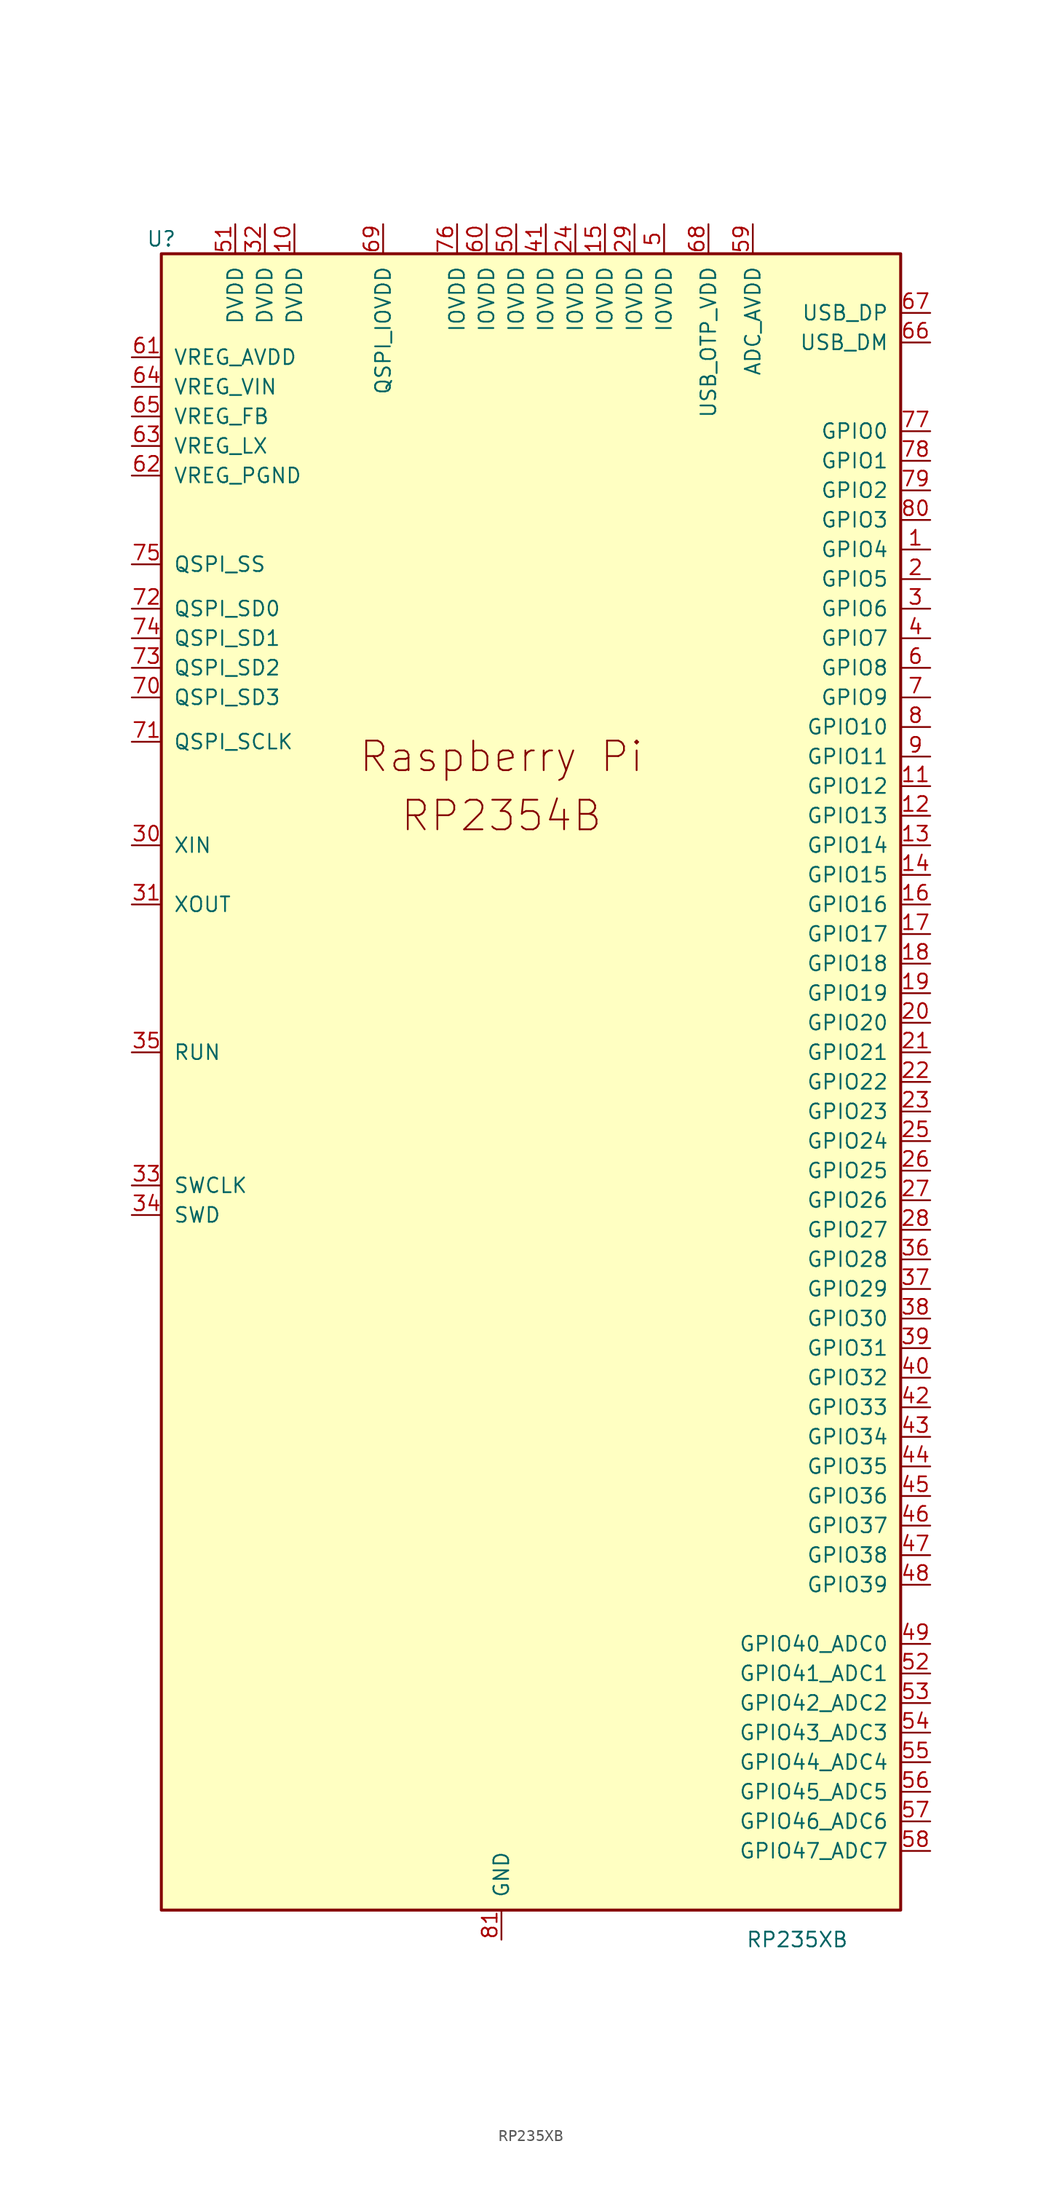
<source format=kicad_sym>
(kicad_symbol_lib
  (version 20241209)
  (generator "kicad_symbol_editor")
  (generator_version "9.0")
  (symbol "RP235XB"
    (pin_names
      (offset 1.016))
    (property "Reference" "U"
      (at -29.21 49.53 0)
      (effects (font (size 1.27 1.27))))
    (property "Value" "RP235XB"
      (at 25.4 -96.52 0)
      (effects (font (size 1.27 1.27))))
    (symbol "RP235XB_0_0"
      (text "Raspberry Pi" (at 0 5.08 0) (effects (font (size 2.54 2.54)))))
    (symbol "RP235XB_0_1"
      (rectangle (start -29.21 48.26) (end 34.29 -93.98) (stroke (width 0.254) (type default)) (fill (type background))))
    (symbol "RP235XB_1_1"
      (text "RP2354B" (at 0 0 0) (effects (font (size 2.54 2.54))))
      (pin power_in line (at -31.75 39.37 0) (length 2.54) (name "VREG_AVDD" (effects (font (size 1.27 1.27)))) (number "61" (effects (font (size 1.27 1.27)))))
      (pin power_in line (at -31.75 36.83 0) (length 2.54) (name "VREG_VIN" (effects (font (size 1.27 1.27)))) (number "64" (effects (font (size 1.27 1.27)))))
      (pin input line (at -31.75 34.29 0) (length 2.54) (name "VREG_FB" (effects (font (size 1.27 1.27)))) (number "65" (effects (font (size 1.27 1.27)))))
      (pin power_out line (at -31.75 31.75 0) (length 2.54) (name "VREG_LX" (effects (font (size 1.27 1.27)))) (number "63" (effects (font (size 1.27 1.27)))))
      (pin power_in line (at -31.75 29.21 0) (length 2.54) (name "VREG_PGND" (effects (font (size 1.27 1.27)))) (number "62" (effects (font (size 1.27 1.27)))))
      (pin bidirectional line (at -31.75 21.59 0) (length 2.54) (name "QSPI_SS" (effects (font (size 1.27 1.27)))) (number "75" (effects (font (size 1.27 1.27)))))
      (pin bidirectional line (at -31.75 17.78 0) (length 2.54) (name "QSPI_SD0" (effects (font (size 1.27 1.27)))) (number "72" (effects (font (size 1.27 1.27)))))
      (pin bidirectional line (at -31.75 15.24 0) (length 2.54) (name "QSPI_SD1" (effects (font (size 1.27 1.27)))) (number "74" (effects (font (size 1.27 1.27)))))
      (pin bidirectional line (at -31.75 12.7 0) (length 2.54) (name "QSPI_SD2" (effects (font (size 1.27 1.27)))) (number "73" (effects (font (size 1.27 1.27)))))
      (pin bidirectional line (at -31.75 10.16 0) (length 2.54) (name "QSPI_SD3" (effects (font (size 1.27 1.27)))) (number "70" (effects (font (size 1.27 1.27)))))
      (pin output line (at -31.75 6.35 0) (length 2.54) (name "QSPI_SCLK" (effects (font (size 1.27 1.27)))) (number "71" (effects (font (size 1.27 1.27)))))
      (pin input line (at -31.75 -2.54 0) (length 2.54) (name "XIN" (effects (font (size 1.27 1.27)))) (number "30" (effects (font (size 1.27 1.27)))))
      (pin passive line (at -31.75 -7.62 0) (length 2.54) (name "XOUT" (effects (font (size 1.27 1.27)))) (number "31" (effects (font (size 1.27 1.27)))))
      (pin input line (at -31.75 -20.32 0) (length 2.54) (name "RUN" (effects (font (size 1.27 1.27)))) (number "35" (effects (font (size 1.27 1.27)))))
      (pin output line (at -31.75 -31.75 0) (length 2.54) (name "SWCLK" (effects (font (size 1.27 1.27)))) (number "33" (effects (font (size 1.27 1.27)))))
      (pin bidirectional line (at -31.75 -34.29 0) (length 2.54) (name "SWD" (effects (font (size 1.27 1.27)))) (number "34" (effects (font (size 1.27 1.27)))))
      (pin power_in line (at -22.86 50.8 270) (length 2.54) (name "DVDD" (effects (font (size 1.27 1.27)))) (number "51" (effects (font (size 1.27 1.27)))))
      (pin power_in line (at -20.32 50.8 270) (length 2.54) (name "DVDD" (effects (font (size 1.27 1.27)))) (number "32" (effects (font (size 1.27 1.27)))))
      (pin power_in line (at -17.78 50.8 270) (length 2.54) (name "DVDD" (effects (font (size 1.27 1.27)))) (number "10" (effects (font (size 1.27 1.27)))))
      (pin power_in line (at -10.16 50.8 270) (length 2.54) (name "QSPI_IOVDD" (effects (font (size 1.27 1.27)))) (number "69" (effects (font (size 1.27 1.27)))))
      (pin power_in line (at -3.81 50.8 270) (length 2.54) (name "IOVDD" (effects (font (size 1.27 1.27)))) (number "76" (effects (font (size 1.27 1.27)))))
      (pin power_in line (at -1.27 50.8 270) (length 2.54) (name "IOVDD" (effects (font (size 1.27 1.27)))) (number "60" (effects (font (size 1.27 1.27)))))
      (pin power_in line (at 0 -96.52 90) (length 2.54) (name "GND" (effects (font (size 1.27 1.27)))) (number "81" (effects (font (size 1.27 1.27)))))
      (pin power_in line (at 1.27 50.8 270) (length 2.54) (name "IOVDD" (effects (font (size 1.27 1.27)))) (number "50" (effects (font (size 1.27 1.27)))))
      (pin power_in line (at 3.81 50.8 270) (length 2.54) (name "IOVDD" (effects (font (size 1.27 1.27)))) (number "41" (effects (font (size 1.27 1.27)))))
      (pin power_in line (at 6.35 50.8 270) (length 2.54) (name "IOVDD" (effects (font (size 1.27 1.27)))) (number "24" (effects (font (size 1.27 1.27)))))
      (pin power_in line (at 8.89 50.8 270) (length 2.54) (name "IOVDD" (effects (font (size 1.27 1.27)))) (number "15" (effects (font (size 1.27 1.27)))))
      (pin power_in line (at 11.43 50.8 270) (length 2.54) (name "IOVDD" (effects (font (size 1.27 1.27)))) (number "29" (effects (font (size 1.27 1.27)))))
      (pin power_in line (at 13.97 50.8 270) (length 2.54) (name "IOVDD" (effects (font (size 1.27 1.27)))) (number "5" (effects (font (size 1.27 1.27)))))
      (pin power_in line (at 17.78 50.8 270) (length 2.54) (name "USB_OTP_VDD" (effects (font (size 1.27 1.27)))) (number "68" (effects (font (size 1.27 1.27)))))
      (pin power_in line (at 21.59 50.8 270) (length 2.54) (name "ADC_AVDD" (effects (font (size 1.27 1.27)))) (number "59" (effects (font (size 1.27 1.27)))))
      (pin bidirectional line (at 36.83 43.18 180) (length 2.54) (name "USB_DP" (effects (font (size 1.27 1.27)))) (number "67" (effects (font (size 1.27 1.27)))))
      (pin bidirectional line (at 36.83 40.64 180) (length 2.54) (name "USB_DM" (effects (font (size 1.27 1.27)))) (number "66" (effects (font (size 1.27 1.27)))))
      (pin bidirectional line (at 36.83 33.02 180) (length 2.54) (name "GPIO0" (effects (font (size 1.27 1.27)))) (number "77" (effects (font (size 1.27 1.27)))))
      (pin bidirectional line (at 36.83 30.48 180) (length 2.54) (name "GPIO1" (effects (font (size 1.27 1.27)))) (number "78" (effects (font (size 1.27 1.27)))))
      (pin bidirectional line (at 36.83 27.94 180) (length 2.54) (name "GPIO2" (effects (font (size 1.27 1.27)))) (number "79" (effects (font (size 1.27 1.27)))))
      (pin bidirectional line (at 36.83 25.4 180) (length 2.54) (name "GPIO3" (effects (font (size 1.27 1.27)))) (number "80" (effects (font (size 1.27 1.27)))))
      (pin bidirectional line (at 36.83 22.86 180) (length 2.54) (name "GPIO4" (effects (font (size 1.27 1.27)))) (number "1" (effects (font (size 1.27 1.27)))))
      (pin bidirectional line (at 36.83 20.32 180) (length 2.54) (name "GPIO5" (effects (font (size 1.27 1.27)))) (number "2" (effects (font (size 1.27 1.27)))))
      (pin bidirectional line (at 36.83 17.78 180) (length 2.54) (name "GPIO6" (effects (font (size 1.27 1.27)))) (number "3" (effects (font (size 1.27 1.27)))))
      (pin bidirectional line (at 36.83 15.24 180) (length 2.54) (name "GPIO7" (effects (font (size 1.27 1.27)))) (number "4" (effects (font (size 1.27 1.27)))))
      (pin bidirectional line (at 36.83 12.7 180) (length 2.54) (name "GPIO8" (effects (font (size 1.27 1.27)))) (number "6" (effects (font (size 1.27 1.27)))))
      (pin bidirectional line (at 36.83 10.16 180) (length 2.54) (name "GPIO9" (effects (font (size 1.27 1.27)))) (number "7" (effects (font (size 1.27 1.27)))))
      (pin bidirectional line (at 36.83 7.62 180) (length 2.54) (name "GPIO10" (effects (font (size 1.27 1.27)))) (number "8" (effects (font (size 1.27 1.27)))))
      (pin bidirectional line (at 36.83 5.08 180) (length 2.54) (name "GPIO11" (effects (font (size 1.27 1.27)))) (number "9" (effects (font (size 1.27 1.27)))))
      (pin bidirectional line (at 36.83 2.54 180) (length 2.54) (name "GPIO12" (effects (font (size 1.27 1.27)))) (number "11" (effects (font (size 1.27 1.27)))))
      (pin bidirectional line (at 36.83 0 180) (length 2.54) (name "GPIO13" (effects (font (size 1.27 1.27)))) (number "12" (effects (font (size 1.27 1.27)))))
      (pin bidirectional line (at 36.83 -2.54 180) (length 2.54) (name "GPIO14" (effects (font (size 1.27 1.27)))) (number "13" (effects (font (size 1.27 1.27)))))
      (pin bidirectional line (at 36.83 -5.08 180) (length 2.54) (name "GPIO15" (effects (font (size 1.27 1.27)))) (number "14" (effects (font (size 1.27 1.27)))))
      (pin bidirectional line (at 36.83 -7.62 180) (length 2.54) (name "GPIO16" (effects (font (size 1.27 1.27)))) (number "16" (effects (font (size 1.27 1.27)))))
      (pin bidirectional line (at 36.83 -10.16 180) (length 2.54) (name "GPIO17" (effects (font (size 1.27 1.27)))) (number "17" (effects (font (size 1.27 1.27)))))
      (pin bidirectional line (at 36.83 -12.7 180) (length 2.54) (name "GPIO18" (effects (font (size 1.27 1.27)))) (number "18" (effects (font (size 1.27 1.27)))))
      (pin bidirectional line (at 36.83 -15.24 180) (length 2.54) (name "GPIO19" (effects (font (size 1.27 1.27)))) (number "19" (effects (font (size 1.27 1.27)))))
      (pin bidirectional line (at 36.83 -17.78 180) (length 2.54) (name "GPIO20" (effects (font (size 1.27 1.27)))) (number "20" (effects (font (size 1.27 1.27)))))
      (pin bidirectional line (at 36.83 -20.32 180) (length 2.54) (name "GPIO21" (effects (font (size 1.27 1.27)))) (number "21" (effects (font (size 1.27 1.27)))))
      (pin bidirectional line (at 36.83 -22.86 180) (length 2.54) (name "GPIO22" (effects (font (size 1.27 1.27)))) (number "22" (effects (font (size 1.27 1.27)))))
      (pin bidirectional line (at 36.83 -25.4 180) (length 2.54) (name "GPIO23" (effects (font (size 1.27 1.27)))) (number "23" (effects (font (size 1.27 1.27)))))
      (pin bidirectional line (at 36.83 -27.94 180) (length 2.54) (name "GPIO24" (effects (font (size 1.27 1.27)))) (number "25" (effects (font (size 1.27 1.27)))))
      (pin bidirectional line (at 36.83 -30.48 180) (length 2.54) (name "GPIO25" (effects (font (size 1.27 1.27)))) (number "26" (effects (font (size 1.27 1.27)))))
      (pin bidirectional line (at 36.83 -33.02 180) (length 2.54) (name "GPIO26" (effects (font (size 1.27 1.27)))) (number "27" (effects (font (size 1.27 1.27)))))
      (pin bidirectional line (at 36.83 -35.56 180) (length 2.54) (name "GPIO27" (effects (font (size 1.27 1.27)))) (number "28" (effects (font (size 1.27 1.27)))))
      (pin bidirectional line (at 36.83 -38.1 180) (length 2.54) (name "GPIO28" (effects (font (size 1.27 1.27)))) (number "36" (effects (font (size 1.27 1.27)))))
      (pin bidirectional line (at 36.83 -40.64 180) (length 2.54) (name "GPIO29" (effects (font (size 1.27 1.27)))) (number "37" (effects (font (size 1.27 1.27)))))
      (pin bidirectional line (at 36.83 -43.18 180) (length 2.54) (name "GPIO30" (effects (font (size 1.27 1.27)))) (number "38" (effects (font (size 1.27 1.27)))))
      (pin bidirectional line (at 36.83 -45.72 180) (length 2.54) (name "GPIO31" (effects (font (size 1.27 1.27)))) (number "39" (effects (font (size 1.27 1.27)))))
      (pin bidirectional line (at 36.83 -48.26 180) (length 2.54) (name "GPIO32" (effects (font (size 1.27 1.27)))) (number "40" (effects (font (size 1.27 1.27)))))
      (pin bidirectional line (at 36.83 -50.8 180) (length 2.54) (name "GPIO33" (effects (font (size 1.27 1.27)))) (number "42" (effects (font (size 1.27 1.27)))))
      (pin bidirectional line (at 36.83 -53.34 180) (length 2.54) (name "GPIO34" (effects (font (size 1.27 1.27)))) (number "43" (effects (font (size 1.27 1.27)))))
      (pin bidirectional line (at 36.83 -55.88 180) (length 2.54) (name "GPIO35" (effects (font (size 1.27 1.27)))) (number "44" (effects (font (size 1.27 1.27)))))
      (pin bidirectional line (at 36.83 -58.42 180) (length 2.54) (name "GPIO36" (effects (font (size 1.27 1.27)))) (number "45" (effects (font (size 1.27 1.27)))))
      (pin bidirectional line (at 36.83 -60.96 180) (length 2.54) (name "GPIO37" (effects (font (size 1.27 1.27)))) (number "46" (effects (font (size 1.27 1.27)))))
      (pin bidirectional line (at 36.83 -63.5 180) (length 2.54) (name "GPIO38" (effects (font (size 1.27 1.27)))) (number "47" (effects (font (size 1.27 1.27)))))
      (pin bidirectional line (at 36.83 -66.04 180) (length 2.54) (name "GPIO39" (effects (font (size 1.27 1.27)))) (number "48" (effects (font (size 1.27 1.27)))))
      (pin bidirectional line (at 36.83 -71.12 180) (length 2.54) (name "GPIO40_ADC0" (effects (font (size 1.27 1.27)))) (number "49" (effects (font (size 1.27 1.27)))))
      (pin bidirectional line (at 36.83 -73.66 180) (length 2.54) (name "GPIO41_ADC1" (effects (font (size 1.27 1.27)))) (number "52" (effects (font (size 1.27 1.27)))))
      (pin bidirectional line (at 36.83 -76.2 180) (length 2.54) (name "GPIO42_ADC2" (effects (font (size 1.27 1.27)))) (number "53" (effects (font (size 1.27 1.27)))))
      (pin bidirectional line (at 36.83 -78.74 180) (length 2.54) (name "GPIO43_ADC3" (effects (font (size 1.27 1.27)))) (number "54" (effects (font (size 1.27 1.27)))))
      (pin bidirectional line (at 36.83 -81.28 180) (length 2.54) (name "GPIO44_ADC4" (effects (font (size 1.27 1.27)))) (number "55" (effects (font (size 1.27 1.27)))))
      (pin bidirectional line (at 36.83 -83.82 180) (length 2.54) (name "GPIO45_ADC5" (effects (font (size 1.27 1.27)))) (number "56" (effects (font (size 1.27 1.27)))))
      (pin bidirectional line (at 36.83 -86.36 180) (length 2.54) (name "GPIO46_ADC6" (effects (font (size 1.27 1.27)))) (number "57" (effects (font (size 1.27 1.27)))))
      (pin bidirectional line (at 36.83 -88.9 180) (length 2.54) (name "GPIO47_ADC7" (effects (font (size 1.27 1.27)))) (number "58" (effects (font (size 1.27 1.27))))))))
</source>
